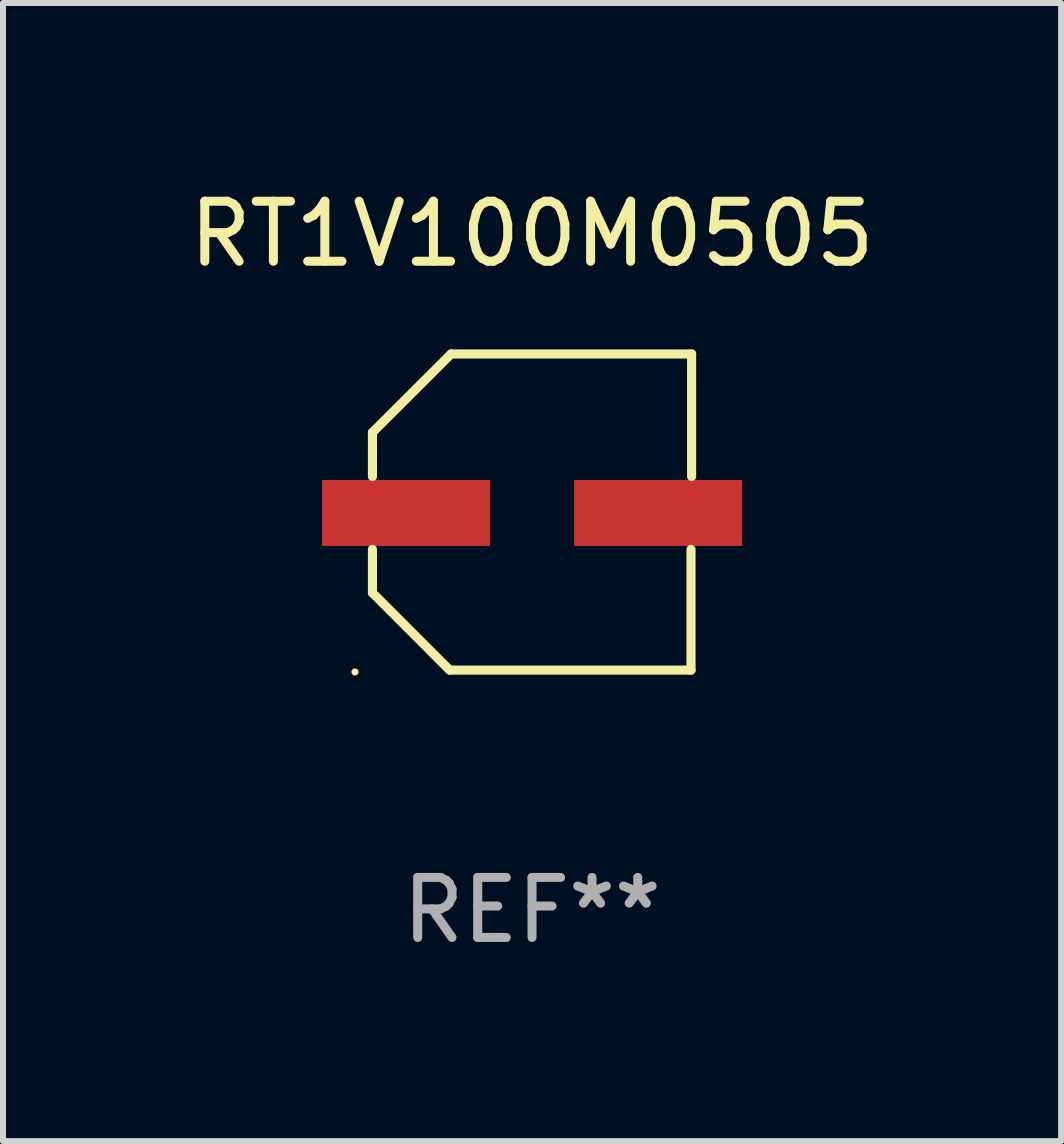
<source format=kicad_pcb>
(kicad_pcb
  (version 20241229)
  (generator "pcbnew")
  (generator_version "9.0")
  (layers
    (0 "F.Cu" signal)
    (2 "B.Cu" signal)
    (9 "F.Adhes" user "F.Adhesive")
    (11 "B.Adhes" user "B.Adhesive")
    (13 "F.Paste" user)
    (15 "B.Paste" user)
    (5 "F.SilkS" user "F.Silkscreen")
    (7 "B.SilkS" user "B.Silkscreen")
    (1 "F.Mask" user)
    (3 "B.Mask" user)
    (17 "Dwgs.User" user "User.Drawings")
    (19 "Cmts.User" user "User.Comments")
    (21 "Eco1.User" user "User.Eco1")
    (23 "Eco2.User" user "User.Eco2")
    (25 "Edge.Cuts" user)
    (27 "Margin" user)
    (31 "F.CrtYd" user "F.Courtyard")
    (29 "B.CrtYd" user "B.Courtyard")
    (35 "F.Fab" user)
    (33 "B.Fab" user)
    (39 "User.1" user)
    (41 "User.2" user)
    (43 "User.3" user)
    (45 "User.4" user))
  (footprint "RT1V100M0505"
    (layer "F.Cu")
    (at 5.815 5.482)
    (property "Reference" "RT1V100M0505" (at 0 -4.634 0) (layer "F.SilkS") (effects (font (size 1 1) (thickness 0.15))))
    (attr through_hole)
    (fp_line (start -2.659 -1.326) (end -2.659 -0.592) (stroke (width 0.152) (type solid)) (layer "F.SilkS"))
    (fp_line (start -2.659 1.346) (end -2.659 0.622) (stroke (width 0.152) (type solid)) (layer "F.SilkS"))
    (fp_line (start -1.372 2.634) (end -2.659 1.346) (stroke (width 0.152) (type solid)) (layer "F.SilkS"))
    (fp_line (start -1.349 -2.634) (end -2.659 -1.326) (stroke (width 0.152) (type solid)) (layer "F.SilkS"))
    (fp_line (start 2.649 0.622) (end 2.649 2.634) (stroke (width 0.152) (type solid)) (layer "F.SilkS"))
    (fp_line (start 2.649 2.634) (end -1.372 2.634) (stroke (width 0.152) (type solid)) (layer "F.SilkS"))
    (fp_line (start 2.659 -2.634) (end -1.349 -2.634) (stroke (width 0.152) (type solid)) (layer "F.SilkS"))
    (fp_line (start 2.659 -0.592) (end 2.659 -2.634) (stroke (width 0.152) (type solid)) (layer "F.SilkS"))
    (fp_circle (center -2.95 2.665) (end -2.92 2.665) (stroke (width 0.06) (type solid)) (fill no) (layer "F.SilkS"))
    (fp_text user "REF**" (at 0 6.634 0) (layer "F.Fab") (effects (font (size 1 1) (thickness 0.15))))
    (pad "1" smd rect (at -2.1 0.015) (size 2.8 1.1) (layers "F.Cu" "F.Mask" "F.Paste"))
    (pad "2" smd rect (at 2.1 0.015) (size 2.8 1.1) (layers "F.Cu" "F.Mask" "F.Paste")))
  (gr_rect
    (start -3 -3)
    (end 14.631 15.964)
    (stroke (width 0.1) (type default))
    (fill no)
    (layer "Edge.Cuts")))
</source>
